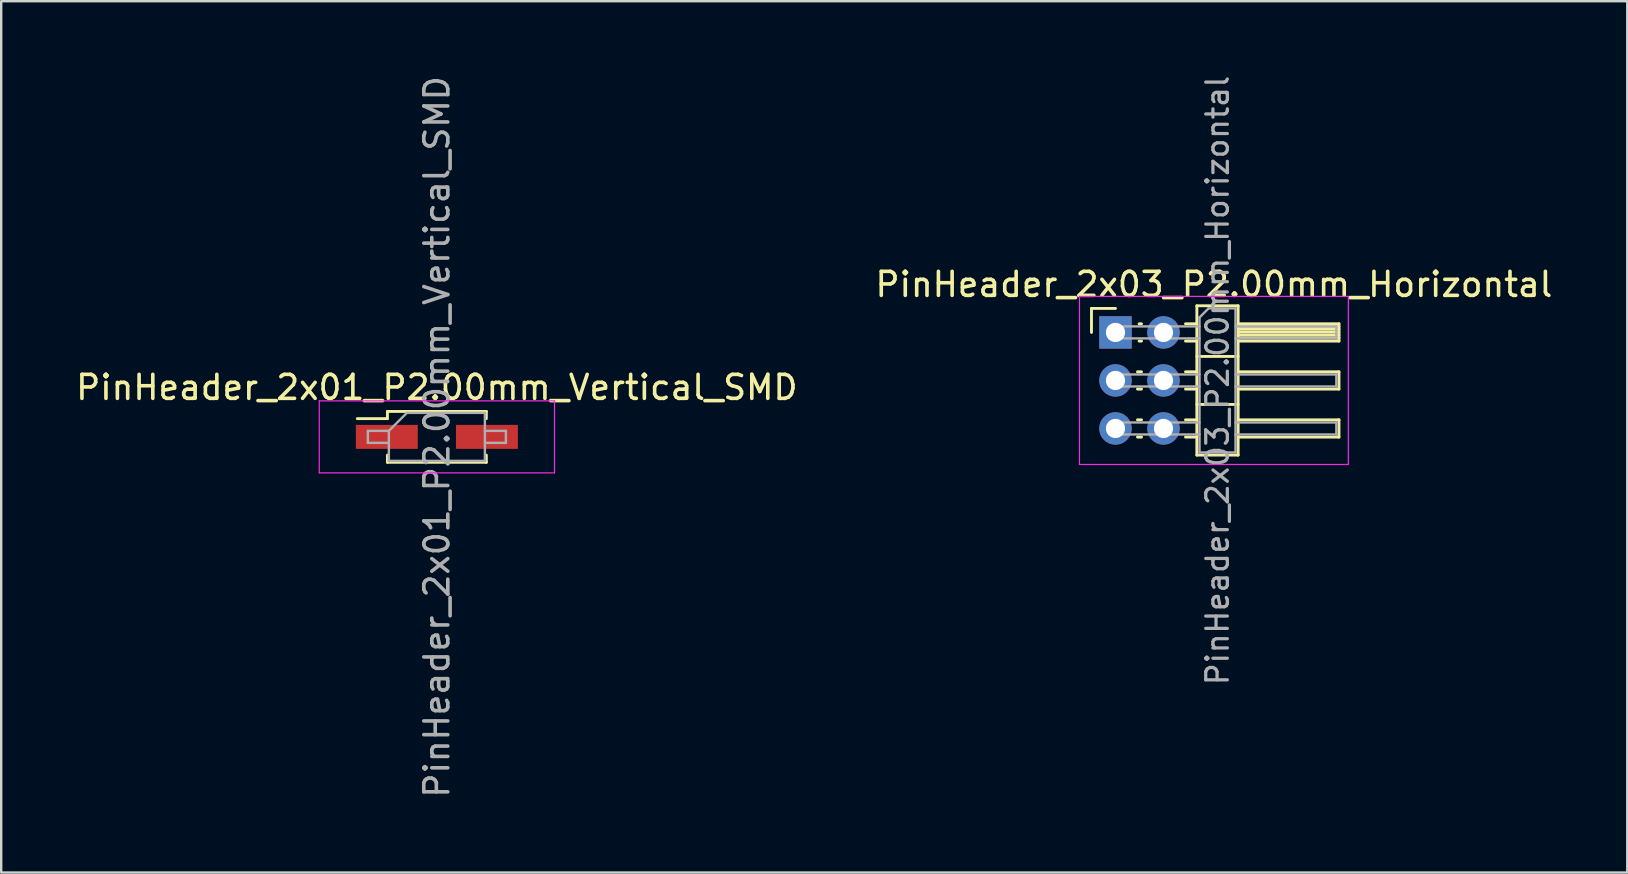
<source format=kicad_pcb>
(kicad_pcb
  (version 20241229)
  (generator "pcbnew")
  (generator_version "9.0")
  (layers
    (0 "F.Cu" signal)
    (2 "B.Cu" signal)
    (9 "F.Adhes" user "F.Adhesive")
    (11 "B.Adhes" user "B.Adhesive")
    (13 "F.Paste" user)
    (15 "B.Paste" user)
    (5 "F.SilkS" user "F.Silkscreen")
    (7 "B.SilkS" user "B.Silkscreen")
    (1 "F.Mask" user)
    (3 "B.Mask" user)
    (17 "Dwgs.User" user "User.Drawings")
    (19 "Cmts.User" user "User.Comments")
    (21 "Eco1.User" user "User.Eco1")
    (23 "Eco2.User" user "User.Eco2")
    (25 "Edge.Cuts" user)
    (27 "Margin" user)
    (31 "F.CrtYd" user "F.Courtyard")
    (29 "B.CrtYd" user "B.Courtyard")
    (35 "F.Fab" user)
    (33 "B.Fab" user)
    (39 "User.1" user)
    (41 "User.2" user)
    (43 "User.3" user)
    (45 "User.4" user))
  (footprint "PinHeader_2x03_P2.00mm_Horizontal"
    (layer "F.Cu")
    (at 43.418 10.798)
    (property "Reference" "PinHeader_2x03_P2.00mm_Horizontal" (at 4.1 -2 0) (layer "F.SilkS") (effects (font (size 1 1) (thickness 0.15))))
    (attr through_hole)
    (fp_line (start -1 -1) (end 0 -1) (stroke (width 0.12) (type solid)) (layer "F.SilkS"))
    (fp_line (start -1 0) (end -1 -1) (stroke (width 0.12) (type solid)) (layer "F.SilkS"))
    (fp_line (start 0.917 1.64) (end 1.083 1.64) (stroke (width 0.12) (type solid)) (layer "F.SilkS"))
    (fp_line (start 0.917 2.36) (end 1.083 2.36) (stroke (width 0.12) (type solid)) (layer "F.SilkS"))
    (fp_line (start 0.917 3.64) (end 1.083 3.64) (stroke (width 0.12) (type solid)) (layer "F.SilkS"))
    (fp_line (start 0.917 4.36) (end 1.083 4.36) (stroke (width 0.12) (type solid)) (layer "F.SilkS"))
    (fp_line (start 0.985 -0.36) (end 1.083 -0.36) (stroke (width 0.12) (type solid)) (layer "F.SilkS"))
    (fp_line (start 0.985 0.36) (end 1.083 0.36) (stroke (width 0.12) (type solid)) (layer "F.SilkS"))
    (fp_line (start 2.917 -0.36) (end 3.39 -0.36) (stroke (width 0.12) (type solid)) (layer "F.SilkS"))
    (fp_line (start 2.917 0.36) (end 3.39 0.36) (stroke (width 0.12) (type solid)) (layer "F.SilkS"))
    (fp_line (start 2.917 1.64) (end 3.39 1.64) (stroke (width 0.12) (type solid)) (layer "F.SilkS"))
    (fp_line (start 2.917 2.36) (end 3.39 2.36) (stroke (width 0.12) (type solid)) (layer "F.SilkS"))
    (fp_line (start 2.917 3.64) (end 3.39 3.64) (stroke (width 0.12) (type solid)) (layer "F.SilkS"))
    (fp_line (start 2.917 4.36) (end 3.39 4.36) (stroke (width 0.12) (type solid)) (layer "F.SilkS"))
    (fp_line (start 3.39 -1.11) (end 3.39 5.11) (stroke (width 0.12) (type solid)) (layer "F.SilkS"))
    (fp_line (start 3.39 1) (end 5.11 1) (stroke (width 0.12) (type solid)) (layer "F.SilkS"))
    (fp_line (start 3.39 3) (end 5.11 3) (stroke (width 0.12) (type solid)) (layer "F.SilkS"))
    (fp_line (start 3.39 5.11) (end 5.11 5.11) (stroke (width 0.12) (type solid)) (layer "F.SilkS"))
    (fp_line (start 5.11 -1.11) (end 3.39 -1.11) (stroke (width 0.12) (type solid)) (layer "F.SilkS"))
    (fp_line (start 5.11 -0.36) (end 9.31 -0.36) (stroke (width 0.12) (type solid)) (layer "F.SilkS"))
    (fp_line (start 5.11 -0.25) (end 9.31 -0.25) (stroke (width 0.12) (type solid)) (layer "F.SilkS"))
    (fp_line (start 5.11 -0.13) (end 9.31 -0.13) (stroke (width 0.12) (type solid)) (layer "F.SilkS"))
    (fp_line (start 5.11 -0.01) (end 9.31 -0.01) (stroke (width 0.12) (type solid)) (layer "F.SilkS"))
    (fp_line (start 5.11 0.11) (end 9.31 0.11) (stroke (width 0.12) (type solid)) (layer "F.SilkS"))
    (fp_line (start 5.11 0.23) (end 9.31 0.23) (stroke (width 0.12) (type solid)) (layer "F.SilkS"))
    (fp_line (start 5.11 1.64) (end 9.31 1.64) (stroke (width 0.12) (type solid)) (layer "F.SilkS"))
    (fp_line (start 5.11 3.64) (end 9.31 3.64) (stroke (width 0.12) (type solid)) (layer "F.SilkS"))
    (fp_line (start 5.11 5.11) (end 5.11 -1.11) (stroke (width 0.12) (type solid)) (layer "F.SilkS"))
    (fp_line (start 9.31 -0.36) (end 9.31 0.36) (stroke (width 0.12) (type solid)) (layer "F.SilkS"))
    (fp_line (start 9.31 0.36) (end 5.11 0.36) (stroke (width 0.12) (type solid)) (layer "F.SilkS"))
    (fp_line (start 9.31 1.64) (end 9.31 2.36) (stroke (width 0.12) (type solid)) (layer "F.SilkS"))
    (fp_line (start 9.31 2.36) (end 5.11 2.36) (stroke (width 0.12) (type solid)) (layer "F.SilkS"))
    (fp_line (start 9.31 3.64) (end 9.31 4.36) (stroke (width 0.12) (type solid)) (layer "F.SilkS"))
    (fp_line (start 9.31 4.36) (end 5.11 4.36) (stroke (width 0.12) (type solid)) (layer "F.SilkS"))
    (fp_line (start -1.5 -1.5) (end -1.5 5.5) (stroke (width 0.05) (type solid)) (layer "F.CrtYd"))
    (fp_line (start -1.5 5.5) (end 9.7 5.5) (stroke (width 0.05) (type solid)) (layer "F.CrtYd"))
    (fp_line (start 9.7 -1.5) (end -1.5 -1.5) (stroke (width 0.05) (type solid)) (layer "F.CrtYd"))
    (fp_line (start 9.7 5.5) (end 9.7 -1.5) (stroke (width 0.05) (type solid)) (layer "F.CrtYd"))
    (fp_line (start -0.25 -0.25) (end -0.25 0.25) (stroke (width 0.1) (type solid)) (layer "F.Fab"))
    (fp_line (start -0.25 -0.25) (end 3.5 -0.25) (stroke (width 0.1) (type solid)) (layer "F.Fab"))
    (fp_line (start -0.25 0.25) (end 3.5 0.25) (stroke (width 0.1) (type solid)) (layer "F.Fab"))
    (fp_line (start -0.25 1.75) (end -0.25 2.25) (stroke (width 0.1) (type solid)) (layer "F.Fab"))
    (fp_line (start -0.25 1.75) (end 3.5 1.75) (stroke (width 0.1) (type solid)) (layer "F.Fab"))
    (fp_line (start -0.25 2.25) (end 3.5 2.25) (stroke (width 0.1) (type solid)) (layer "F.Fab"))
    (fp_line (start -0.25 3.75) (end -0.25 4.25) (stroke (width 0.1) (type solid)) (layer "F.Fab"))
    (fp_line (start -0.25 3.75) (end 3.5 3.75) (stroke (width 0.1) (type solid)) (layer "F.Fab"))
    (fp_line (start -0.25 4.25) (end 3.5 4.25) (stroke (width 0.1) (type solid)) (layer "F.Fab"))
    (fp_line (start 3.5 -0.625) (end 3.875 -1) (stroke (width 0.1) (type solid)) (layer "F.Fab"))
    (fp_line (start 3.5 5) (end 3.5 -0.625) (stroke (width 0.1) (type solid)) (layer "F.Fab"))
    (fp_line (start 3.875 -1) (end 5 -1) (stroke (width 0.1) (type solid)) (layer "F.Fab"))
    (fp_line (start 5 -1) (end 5 5) (stroke (width 0.1) (type solid)) (layer "F.Fab"))
    (fp_line (start 5 -0.25) (end 9.2 -0.25) (stroke (width 0.1) (type solid)) (layer "F.Fab"))
    (fp_line (start 5 0.25) (end 9.2 0.25) (stroke (width 0.1) (type solid)) (layer "F.Fab"))
    (fp_line (start 5 1.75) (end 9.2 1.75) (stroke (width 0.1) (type solid)) (layer "F.Fab"))
    (fp_line (start 5 2.25) (end 9.2 2.25) (stroke (width 0.1) (type solid)) (layer "F.Fab"))
    (fp_line (start 5 3.75) (end 9.2 3.75) (stroke (width 0.1) (type solid)) (layer "F.Fab"))
    (fp_line (start 5 4.25) (end 9.2 4.25) (stroke (width 0.1) (type solid)) (layer "F.Fab"))
    (fp_line (start 5 5) (end 3.5 5) (stroke (width 0.1) (type solid)) (layer "F.Fab"))
    (fp_line (start 9.2 -0.25) (end 9.2 0.25) (stroke (width 0.1) (type solid)) (layer "F.Fab"))
    (fp_line (start 9.2 1.75) (end 9.2 2.25) (stroke (width 0.1) (type solid)) (layer "F.Fab"))
    (fp_line (start 9.2 3.75) (end 9.2 4.25) (stroke (width 0.1) (type solid)) (layer "F.Fab"))
    (fp_text user "${REFERENCE}" (at 4.25 2 90) (layer "F.Fab") (effects (font (size 0.9 0.9) (thickness 0.135))))
    (pad "1" thru_hole rect (at 0 0) (size 1.35 1.35) (drill 0.8) (layers "*.Cu" "*.Mask"))
    (pad "2" thru_hole circle (at 2 0) (size 1.35 1.35) (drill 0.8) (layers "*.Cu" "*.Mask"))
    (pad "3" thru_hole circle (at 0 2) (size 1.35 1.35) (drill 0.8) (layers "*.Cu" "*.Mask"))
    (pad "4" thru_hole circle (at 2 2) (size 1.35 1.35) (drill 0.8) (layers "*.Cu" "*.Mask"))
    (pad "5" thru_hole circle (at 0 4) (size 1.35 1.35) (drill 0.8) (layers "*.Cu" "*.Mask"))
    (pad "6" thru_hole circle (at 2 4) (size 1.35 1.35) (drill 0.8) (layers "*.Cu" "*.Mask")))
  (footprint "PinHeader_2x01_P2.00mm_Vertical_SMD"
    (layer "F.Cu")
    (at 15.149 15.149)
    (property "Reference" "PinHeader_2x01_P2.00mm_Vertical_SMD" (at 0 -2.06 0) (layer "F.SilkS") (effects (font (size 1 1) (thickness 0.15))))
    (attr smd)
    (fp_line (start -3.315 -0.76) (end -2.06 -0.76) (stroke (width 0.12) (type solid)) (layer "F.SilkS"))
    (fp_line (start -2.06 -1.06) (end -2.06 -0.76) (stroke (width 0.12) (type solid)) (layer "F.SilkS"))
    (fp_line (start -2.06 -1.06) (end 2.06 -1.06) (stroke (width 0.12) (type solid)) (layer "F.SilkS"))
    (fp_line (start -2.06 0.76) (end -2.06 1.06) (stroke (width 0.12) (type solid)) (layer "F.SilkS"))
    (fp_line (start -2.06 1.06) (end 2.06 1.06) (stroke (width 0.12) (type solid)) (layer "F.SilkS"))
    (fp_line (start 2.06 -1.06) (end 2.06 -0.76) (stroke (width 0.12) (type solid)) (layer "F.SilkS"))
    (fp_line (start 2.06 0.76) (end 2.06 1.06) (stroke (width 0.12) (type solid)) (layer "F.SilkS"))
    (fp_line (start -4.9 -1.5) (end -4.9 1.5) (stroke (width 0.05) (type solid)) (layer "F.CrtYd"))
    (fp_line (start -4.9 1.5) (end 4.9 1.5) (stroke (width 0.05) (type solid)) (layer "F.CrtYd"))
    (fp_line (start 4.9 -1.5) (end -4.9 -1.5) (stroke (width 0.05) (type solid)) (layer "F.CrtYd"))
    (fp_line (start 4.9 1.5) (end 4.9 -1.5) (stroke (width 0.05) (type solid)) (layer "F.CrtYd"))
    (fp_line (start -2.875 -0.25) (end -2.875 0.25) (stroke (width 0.1) (type solid)) (layer "F.Fab"))
    (fp_line (start -2.875 0.25) (end -2 0.25) (stroke (width 0.1) (type solid)) (layer "F.Fab"))
    (fp_line (start -2 -0.25) (end -2.875 -0.25) (stroke (width 0.1) (type solid)) (layer "F.Fab"))
    (fp_line (start -2 -0.25) (end -1.25 -1) (stroke (width 0.1) (type solid)) (layer "F.Fab"))
    (fp_line (start -2 1) (end -2 -0.25) (stroke (width 0.1) (type solid)) (layer "F.Fab"))
    (fp_line (start -1.25 -1) (end 2 -1) (stroke (width 0.1) (type solid)) (layer "F.Fab"))
    (fp_line (start 2 -1) (end 2 1) (stroke (width 0.1) (type solid)) (layer "F.Fab"))
    (fp_line (start 2 -0.25) (end 2.875 -0.25) (stroke (width 0.1) (type solid)) (layer "F.Fab"))
    (fp_line (start 2 1) (end -2 1) (stroke (width 0.1) (type solid)) (layer "F.Fab"))
    (fp_line (start 2.875 -0.25) (end 2.875 0.25) (stroke (width 0.1) (type solid)) (layer "F.Fab"))
    (fp_line (start 2.875 0.25) (end 2 0.25) (stroke (width 0.1) (type solid)) (layer "F.Fab"))
    (fp_text user "${REFERENCE}" (at 0 0 90) (layer "F.Fab") (effects (font (size 1 1) (thickness 0.15))))
    (pad "1" smd rect (at -2.085 0) (size 2.58 1) (layers "F.Cu" "F.Mask" "F.Paste"))
    (pad "2" smd rect (at 2.085 0) (size 2.58 1) (layers "F.Cu" "F.Mask" "F.Paste")))
  (gr_rect
    (start -3 -3)
    (end 64.738 33.298)
    (stroke (width 0.1) (type default))
    (fill no)
    (layer "Edge.Cuts")))
</source>
